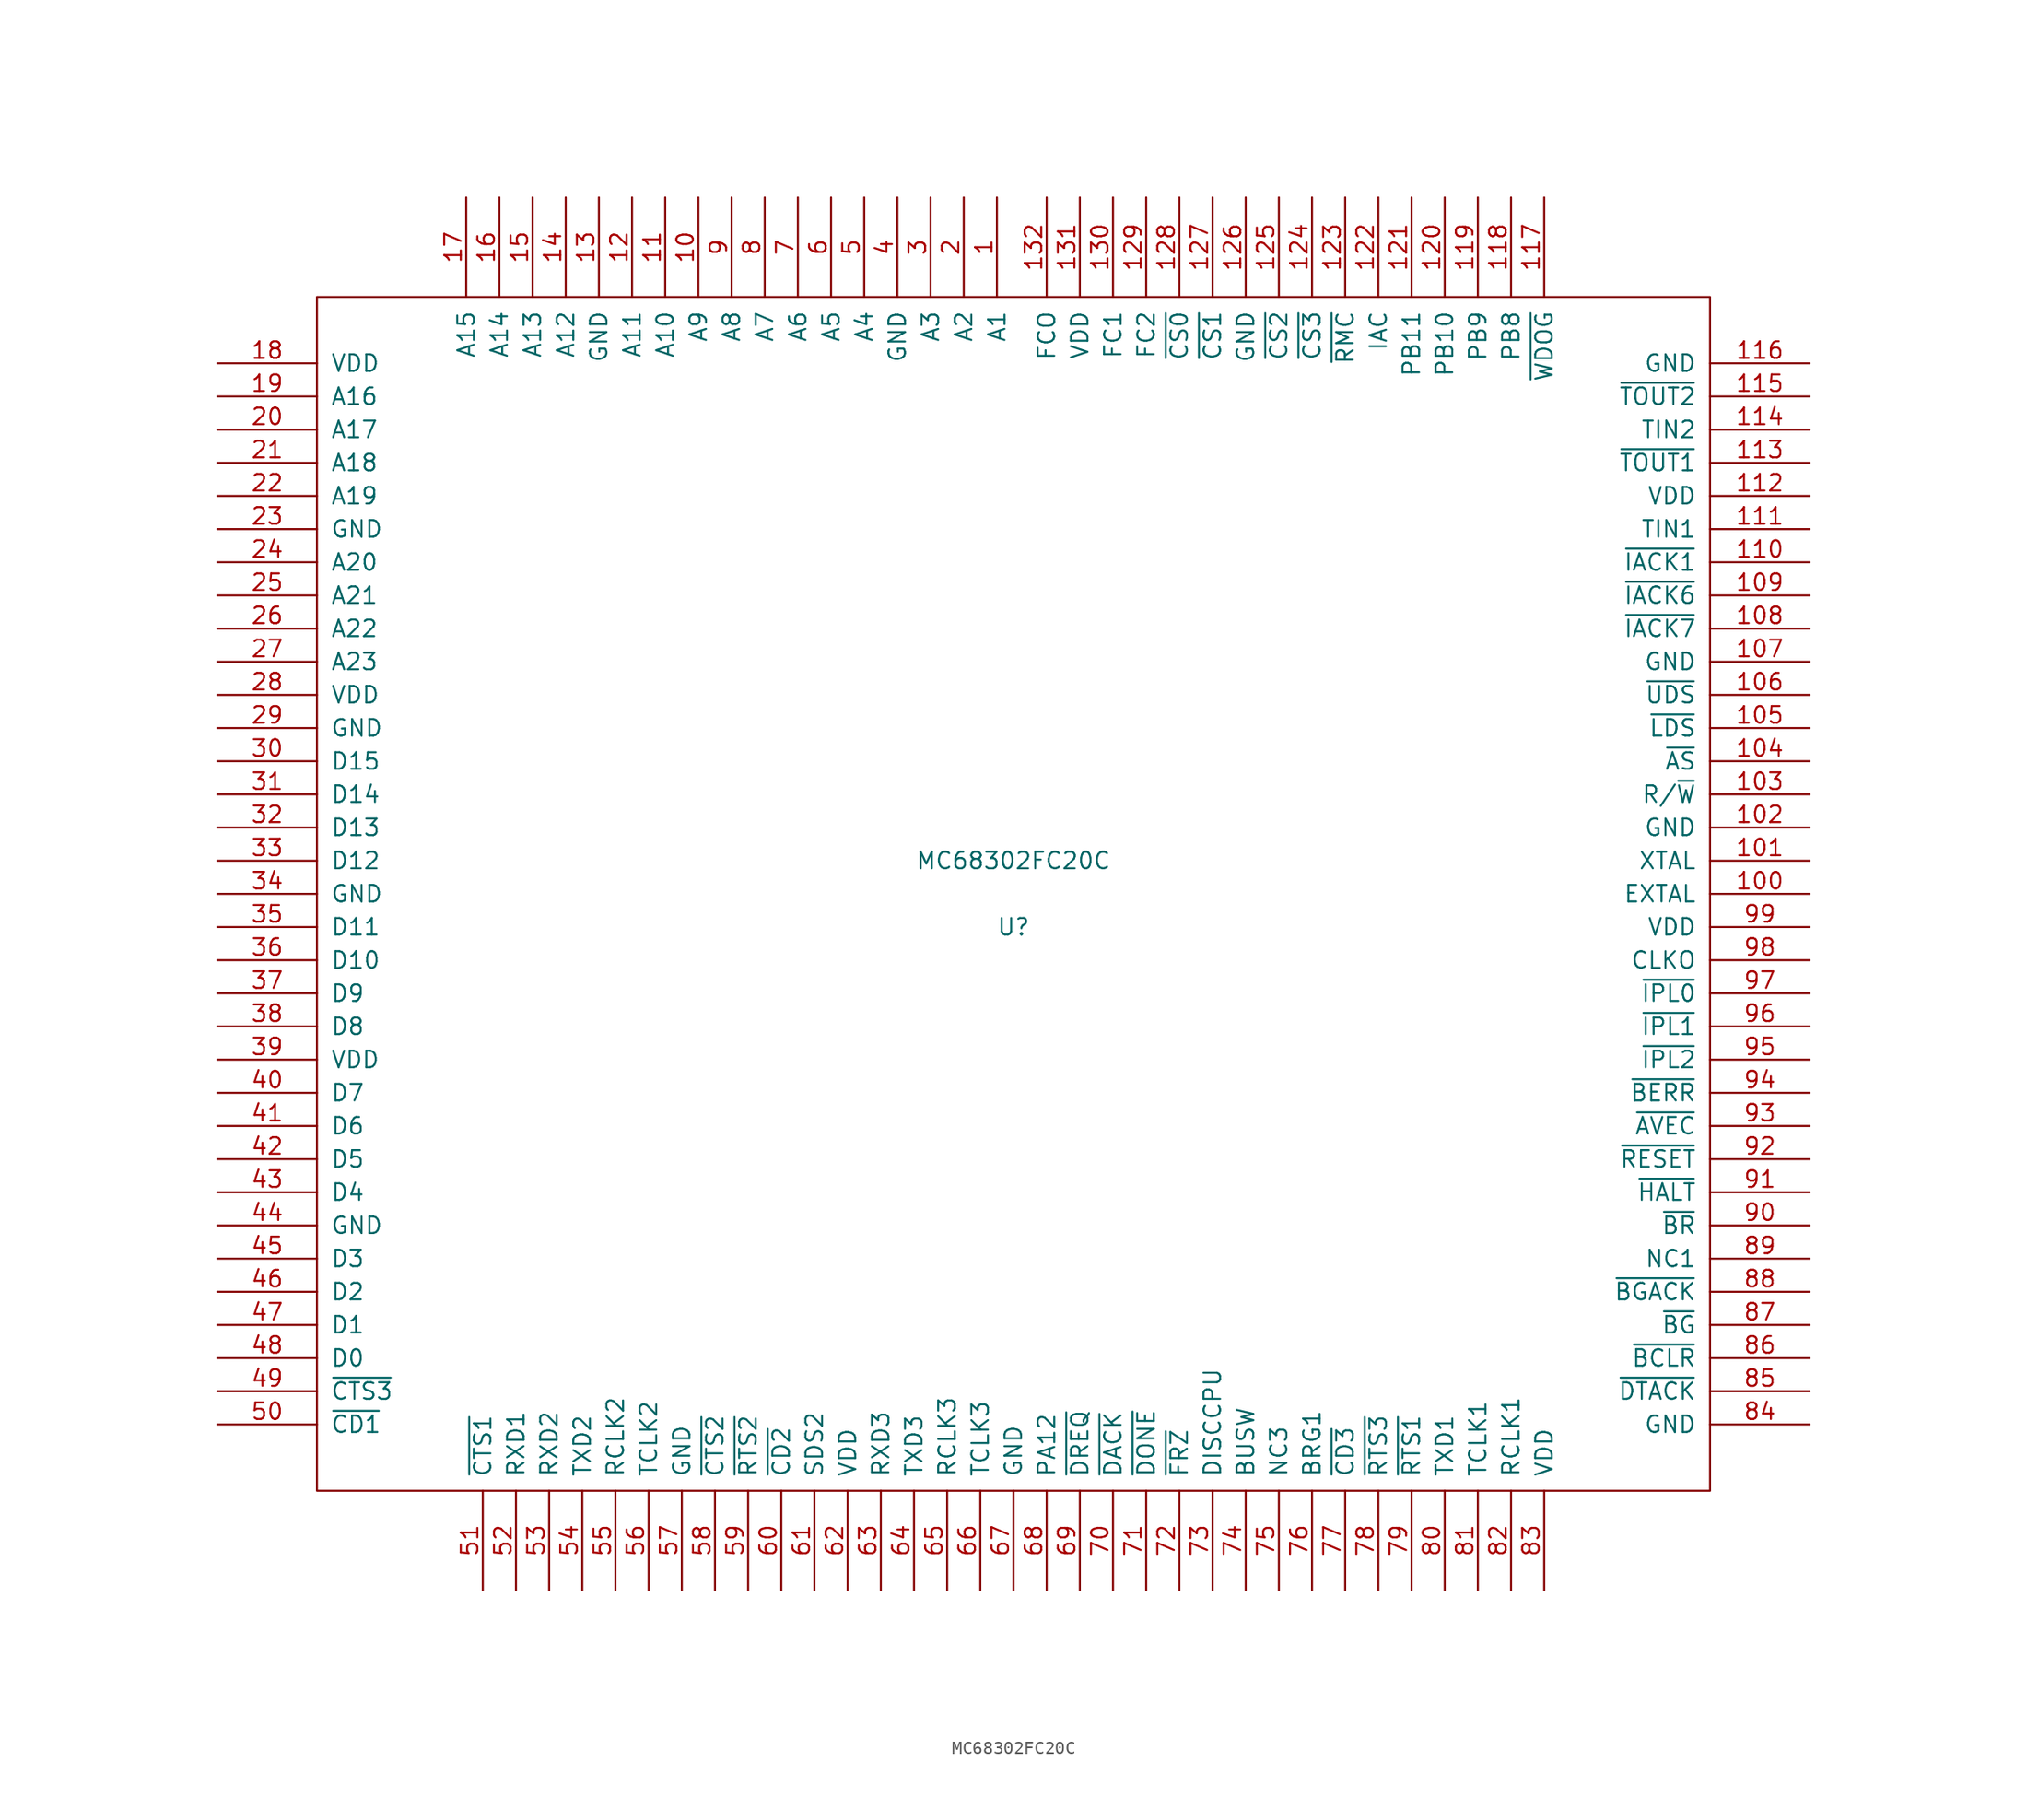
<source format=kicad_sym>
(kicad_symbol_lib
  (version 20211014)
  (generator kicad_symbol_editor)
  (symbol "MC68302FC20C"
    (pin_names
      (offset 1.016))
    (property "Reference" "U"
      (at 0 -2.54 0)
      (effects (font (size 1.27 1.27))))
    (property "Value" "MC68302FC20C"
      (at 0 2.54 0)
      (effects (font (size 1.27 1.27))))
    (symbol "MC68302FC20C_1_0"
      (rectangle (start -53.34 -45.72) (end 53.34 45.72) (stroke (width 0) (type default) (color 0 0 0 0)) (fill (type none))))
    (symbol "MC68302FC20C_1_1"
      (pin input line (at -1.27 53.34 270) (length 7.62) (name "A1" (effects (font (size 1.27 1.27)))) (number "1" (effects (font (size 1.27 1.27)))))
      (pin input line (at -24.13 53.34 270) (length 7.62) (name "A9" (effects (font (size 1.27 1.27)))) (number "10" (effects (font (size 1.27 1.27)))))
      (pin input line (at 60.96 0 180) (length 7.62) (name "EXTAL" (effects (font (size 1.27 1.27)))) (number "100" (effects (font (size 1.27 1.27)))))
      (pin input line (at 60.96 2.54 180) (length 7.62) (name "XTAL" (effects (font (size 1.27 1.27)))) (number "101" (effects (font (size 1.27 1.27)))))
      (pin input line (at 60.96 5.08 180) (length 7.62) (name "GND" (effects (font (size 1.27 1.27)))) (number "102" (effects (font (size 1.27 1.27)))))
      (pin input line (at 60.96 7.62 180) (length 7.62) (name "R/~{W}" (effects (font (size 1.27 1.27)))) (number "103" (effects (font (size 1.27 1.27)))))
      (pin input line (at 60.96 10.16 180) (length 7.62) (name "~{AS}" (effects (font (size 1.27 1.27)))) (number "104" (effects (font (size 1.27 1.27)))))
      (pin input line (at 60.96 12.7 180) (length 7.62) (name "~{LDS}" (effects (font (size 1.27 1.27)))) (number "105" (effects (font (size 1.27 1.27)))))
      (pin input line (at 60.96 15.24 180) (length 7.62) (name "~{UDS}" (effects (font (size 1.27 1.27)))) (number "106" (effects (font (size 1.27 1.27)))))
      (pin input line (at 60.96 17.78 180) (length 7.62) (name "GND" (effects (font (size 1.27 1.27)))) (number "107" (effects (font (size 1.27 1.27)))))
      (pin input line (at 60.96 20.32 180) (length 7.62) (name "~{IACK7}" (effects (font (size 1.27 1.27)))) (number "108" (effects (font (size 1.27 1.27)))))
      (pin input line (at 60.96 22.86 180) (length 7.62) (name "~{IACK6}" (effects (font (size 1.27 1.27)))) (number "109" (effects (font (size 1.27 1.27)))))
      (pin input line (at -26.67 53.34 270) (length 7.62) (name "A10" (effects (font (size 1.27 1.27)))) (number "11" (effects (font (size 1.27 1.27)))))
      (pin input line (at 60.96 25.4 180) (length 7.62) (name "~{IACK1}" (effects (font (size 1.27 1.27)))) (number "110" (effects (font (size 1.27 1.27)))))
      (pin input line (at 60.96 27.94 180) (length 7.62) (name "TIN1" (effects (font (size 1.27 1.27)))) (number "111" (effects (font (size 1.27 1.27)))))
      (pin input line (at 60.96 30.48 180) (length 7.62) (name "VDD" (effects (font (size 1.27 1.27)))) (number "112" (effects (font (size 1.27 1.27)))))
      (pin input line (at 60.96 33.02 180) (length 7.62) (name "~{TOUT1}" (effects (font (size 1.27 1.27)))) (number "113" (effects (font (size 1.27 1.27)))))
      (pin input line (at 60.96 35.56 180) (length 7.62) (name "TIN2" (effects (font (size 1.27 1.27)))) (number "114" (effects (font (size 1.27 1.27)))))
      (pin input line (at 60.96 38.1 180) (length 7.62) (name "~{TOUT2}" (effects (font (size 1.27 1.27)))) (number "115" (effects (font (size 1.27 1.27)))))
      (pin input line (at 60.96 40.64 180) (length 7.62) (name "GND" (effects (font (size 1.27 1.27)))) (number "116" (effects (font (size 1.27 1.27)))))
      (pin input line (at 40.64 53.34 270) (length 7.62) (name "~{WDOG}" (effects (font (size 1.27 1.27)))) (number "117" (effects (font (size 1.27 1.27)))))
      (pin input line (at 38.1 53.34 270) (length 7.62) (name "PB8" (effects (font (size 1.27 1.27)))) (number "118" (effects (font (size 1.27 1.27)))))
      (pin input line (at 35.56 53.34 270) (length 7.62) (name "PB9" (effects (font (size 1.27 1.27)))) (number "119" (effects (font (size 1.27 1.27)))))
      (pin input line (at -29.21 53.34 270) (length 7.62) (name "A11" (effects (font (size 1.27 1.27)))) (number "12" (effects (font (size 1.27 1.27)))))
      (pin input line (at 33.02 53.34 270) (length 7.62) (name "PB10" (effects (font (size 1.27 1.27)))) (number "120" (effects (font (size 1.27 1.27)))))
      (pin input line (at 30.48 53.34 270) (length 7.62) (name "PB11" (effects (font (size 1.27 1.27)))) (number "121" (effects (font (size 1.27 1.27)))))
      (pin input line (at 27.94 53.34 270) (length 7.62) (name "IAC" (effects (font (size 1.27 1.27)))) (number "122" (effects (font (size 1.27 1.27)))))
      (pin input line (at 25.4 53.34 270) (length 7.62) (name "~{RMC}" (effects (font (size 1.27 1.27)))) (number "123" (effects (font (size 1.27 1.27)))))
      (pin input line (at 22.86 53.34 270) (length 7.62) (name "~{CS3}" (effects (font (size 1.27 1.27)))) (number "124" (effects (font (size 1.27 1.27)))))
      (pin input line (at 20.32 53.34 270) (length 7.62) (name "~{CS2}" (effects (font (size 1.27 1.27)))) (number "125" (effects (font (size 1.27 1.27)))))
      (pin input line (at 17.78 53.34 270) (length 7.62) (name "GND" (effects (font (size 1.27 1.27)))) (number "126" (effects (font (size 1.27 1.27)))))
      (pin input line (at 15.24 53.34 270) (length 7.62) (name "~{CS1}" (effects (font (size 1.27 1.27)))) (number "127" (effects (font (size 1.27 1.27)))))
      (pin input line (at 12.7 53.34 270) (length 7.62) (name "~{CS0}" (effects (font (size 1.27 1.27)))) (number "128" (effects (font (size 1.27 1.27)))))
      (pin input line (at 10.16 53.34 270) (length 7.62) (name "FC2" (effects (font (size 1.27 1.27)))) (number "129" (effects (font (size 1.27 1.27)))))
      (pin input line (at -31.75 53.34 270) (length 7.62) (name "GND" (effects (font (size 1.27 1.27)))) (number "13" (effects (font (size 1.27 1.27)))))
      (pin input line (at 7.62 53.34 270) (length 7.62) (name "FC1" (effects (font (size 1.27 1.27)))) (number "130" (effects (font (size 1.27 1.27)))))
      (pin input line (at 5.08 53.34 270) (length 7.62) (name "VDD" (effects (font (size 1.27 1.27)))) (number "131" (effects (font (size 1.27 1.27)))))
      (pin input line (at 2.54 53.34 270) (length 7.62) (name "FCO" (effects (font (size 1.27 1.27)))) (number "132" (effects (font (size 1.27 1.27)))))
      (pin input line (at -34.29 53.34 270) (length 7.62) (name "A12" (effects (font (size 1.27 1.27)))) (number "14" (effects (font (size 1.27 1.27)))))
      (pin input line (at -36.83 53.34 270) (length 7.62) (name "A13" (effects (font (size 1.27 1.27)))) (number "15" (effects (font (size 1.27 1.27)))))
      (pin input line (at -39.37 53.34 270) (length 7.62) (name "A14" (effects (font (size 1.27 1.27)))) (number "16" (effects (font (size 1.27 1.27)))))
      (pin input line (at -41.91 53.34 270) (length 7.62) (name "A15" (effects (font (size 1.27 1.27)))) (number "17" (effects (font (size 1.27 1.27)))))
      (pin input line (at -60.96 40.64 0) (length 7.62) (name "VDD" (effects (font (size 1.27 1.27)))) (number "18" (effects (font (size 1.27 1.27)))))
      (pin input line (at -60.96 38.1 0) (length 7.62) (name "A16" (effects (font (size 1.27 1.27)))) (number "19" (effects (font (size 1.27 1.27)))))
      (pin input line (at -3.81 53.34 270) (length 7.62) (name "A2" (effects (font (size 1.27 1.27)))) (number "2" (effects (font (size 1.27 1.27)))))
      (pin input line (at -60.96 35.56 0) (length 7.62) (name "A17" (effects (font (size 1.27 1.27)))) (number "20" (effects (font (size 1.27 1.27)))))
      (pin input line (at -60.96 33.02 0) (length 7.62) (name "A18" (effects (font (size 1.27 1.27)))) (number "21" (effects (font (size 1.27 1.27)))))
      (pin input line (at -60.96 30.48 0) (length 7.62) (name "A19" (effects (font (size 1.27 1.27)))) (number "22" (effects (font (size 1.27 1.27)))))
      (pin input line (at -60.96 27.94 0) (length 7.62) (name "GND" (effects (font (size 1.27 1.27)))) (number "23" (effects (font (size 1.27 1.27)))))
      (pin input line (at -60.96 25.4 0) (length 7.62) (name "A20" (effects (font (size 1.27 1.27)))) (number "24" (effects (font (size 1.27 1.27)))))
      (pin input line (at -60.96 22.86 0) (length 7.62) (name "A21" (effects (font (size 1.27 1.27)))) (number "25" (effects (font (size 1.27 1.27)))))
      (pin input line (at -60.96 20.32 0) (length 7.62) (name "A22" (effects (font (size 1.27 1.27)))) (number "26" (effects (font (size 1.27 1.27)))))
      (pin input line (at -60.96 17.78 0) (length 7.62) (name "A23" (effects (font (size 1.27 1.27)))) (number "27" (effects (font (size 1.27 1.27)))))
      (pin input line (at -60.96 15.24 0) (length 7.62) (name "VDD" (effects (font (size 1.27 1.27)))) (number "28" (effects (font (size 1.27 1.27)))))
      (pin input line (at -60.96 12.7 0) (length 7.62) (name "GND" (effects (font (size 1.27 1.27)))) (number "29" (effects (font (size 1.27 1.27)))))
      (pin input line (at -6.35 53.34 270) (length 7.62) (name "A3" (effects (font (size 1.27 1.27)))) (number "3" (effects (font (size 1.27 1.27)))))
      (pin input line (at -60.96 10.16 0) (length 7.62) (name "D15" (effects (font (size 1.27 1.27)))) (number "30" (effects (font (size 1.27 1.27)))))
      (pin input line (at -60.96 7.62 0) (length 7.62) (name "D14" (effects (font (size 1.27 1.27)))) (number "31" (effects (font (size 1.27 1.27)))))
      (pin input line (at -60.96 5.08 0) (length 7.62) (name "D13" (effects (font (size 1.27 1.27)))) (number "32" (effects (font (size 1.27 1.27)))))
      (pin input line (at -60.96 2.54 0) (length 7.62) (name "D12" (effects (font (size 1.27 1.27)))) (number "33" (effects (font (size 1.27 1.27)))))
      (pin input line (at -60.96 0 0) (length 7.62) (name "GND" (effects (font (size 1.27 1.27)))) (number "34" (effects (font (size 1.27 1.27)))))
      (pin input line (at -60.96 -2.54 0) (length 7.62) (name "D11" (effects (font (size 1.27 1.27)))) (number "35" (effects (font (size 1.27 1.27)))))
      (pin input line (at -60.96 -5.08 0) (length 7.62) (name "D10" (effects (font (size 1.27 1.27)))) (number "36" (effects (font (size 1.27 1.27)))))
      (pin input line (at -60.96 -7.62 0) (length 7.62) (name "D9" (effects (font (size 1.27 1.27)))) (number "37" (effects (font (size 1.27 1.27)))))
      (pin input line (at -60.96 -10.16 0) (length 7.62) (name "D8" (effects (font (size 1.27 1.27)))) (number "38" (effects (font (size 1.27 1.27)))))
      (pin input line (at -60.96 -12.7 0) (length 7.62) (name "VDD" (effects (font (size 1.27 1.27)))) (number "39" (effects (font (size 1.27 1.27)))))
      (pin input line (at -8.89 53.34 270) (length 7.62) (name "GND" (effects (font (size 1.27 1.27)))) (number "4" (effects (font (size 1.27 1.27)))))
      (pin input line (at -60.96 -15.24 0) (length 7.62) (name "D7" (effects (font (size 1.27 1.27)))) (number "40" (effects (font (size 1.27 1.27)))))
      (pin input line (at -60.96 -17.78 0) (length 7.62) (name "D6" (effects (font (size 1.27 1.27)))) (number "41" (effects (font (size 1.27 1.27)))))
      (pin input line (at -60.96 -20.32 0) (length 7.62) (name "D5" (effects (font (size 1.27 1.27)))) (number "42" (effects (font (size 1.27 1.27)))))
      (pin input line (at -60.96 -22.86 0) (length 7.62) (name "D4" (effects (font (size 1.27 1.27)))) (number "43" (effects (font (size 1.27 1.27)))))
      (pin input line (at -60.96 -25.4 0) (length 7.62) (name "GND" (effects (font (size 1.27 1.27)))) (number "44" (effects (font (size 1.27 1.27)))))
      (pin input line (at -60.96 -27.94 0) (length 7.62) (name "D3" (effects (font (size 1.27 1.27)))) (number "45" (effects (font (size 1.27 1.27)))))
      (pin input line (at -60.96 -30.48 0) (length 7.62) (name "D2" (effects (font (size 1.27 1.27)))) (number "46" (effects (font (size 1.27 1.27)))))
      (pin input line (at -60.96 -33.02 0) (length 7.62) (name "D1" (effects (font (size 1.27 1.27)))) (number "47" (effects (font (size 1.27 1.27)))))
      (pin input line (at -60.96 -35.56 0) (length 7.62) (name "D0" (effects (font (size 1.27 1.27)))) (number "48" (effects (font (size 1.27 1.27)))))
      (pin input line (at -60.96 -38.1 0) (length 7.62) (name "~{CTS3}" (effects (font (size 1.27 1.27)))) (number "49" (effects (font (size 1.27 1.27)))))
      (pin input line (at -11.43 53.34 270) (length 7.62) (name "A4" (effects (font (size 1.27 1.27)))) (number "5" (effects (font (size 1.27 1.27)))))
      (pin input line (at -60.96 -40.64 0) (length 7.62) (name "~{CD1}" (effects (font (size 1.27 1.27)))) (number "50" (effects (font (size 1.27 1.27)))))
      (pin input line (at -40.64 -53.34 90) (length 7.62) (name "~{CTS1}" (effects (font (size 1.27 1.27)))) (number "51" (effects (font (size 1.27 1.27)))))
      (pin input line (at -38.1 -53.34 90) (length 7.62) (name "RXD1" (effects (font (size 1.27 1.27)))) (number "52" (effects (font (size 1.27 1.27)))))
      (pin input line (at -35.56 -53.34 90) (length 7.62) (name "RXD2" (effects (font (size 1.27 1.27)))) (number "53" (effects (font (size 1.27 1.27)))))
      (pin input line (at -33.02 -53.34 90) (length 7.62) (name "TXD2" (effects (font (size 1.27 1.27)))) (number "54" (effects (font (size 1.27 1.27)))))
      (pin input line (at -30.48 -53.34 90) (length 7.62) (name "RCLK2" (effects (font (size 1.27 1.27)))) (number "55" (effects (font (size 1.27 1.27)))))
      (pin input line (at -27.94 -53.34 90) (length 7.62) (name "TCLK2" (effects (font (size 1.27 1.27)))) (number "56" (effects (font (size 1.27 1.27)))))
      (pin input line (at -25.4 -53.34 90) (length 7.62) (name "GND" (effects (font (size 1.27 1.27)))) (number "57" (effects (font (size 1.27 1.27)))))
      (pin input line (at -22.86 -53.34 90) (length 7.62) (name "~{CTS2}" (effects (font (size 1.27 1.27)))) (number "58" (effects (font (size 1.27 1.27)))))
      (pin input line (at -20.32 -53.34 90) (length 7.62) (name "~{RTS2}" (effects (font (size 1.27 1.27)))) (number "59" (effects (font (size 1.27 1.27)))))
      (pin input line (at -13.97 53.34 270) (length 7.62) (name "A5" (effects (font (size 1.27 1.27)))) (number "6" (effects (font (size 1.27 1.27)))))
      (pin input line (at -17.78 -53.34 90) (length 7.62) (name "~{CD2}" (effects (font (size 1.27 1.27)))) (number "60" (effects (font (size 1.27 1.27)))))
      (pin input line (at -15.24 -53.34 90) (length 7.62) (name "SDS2" (effects (font (size 1.27 1.27)))) (number "61" (effects (font (size 1.27 1.27)))))
      (pin input line (at -12.7 -53.34 90) (length 7.62) (name "VDD" (effects (font (size 1.27 1.27)))) (number "62" (effects (font (size 1.27 1.27)))))
      (pin input line (at -10.16 -53.34 90) (length 7.62) (name "RXD3" (effects (font (size 1.27 1.27)))) (number "63" (effects (font (size 1.27 1.27)))))
      (pin input line (at -7.62 -53.34 90) (length 7.62) (name "TXD3" (effects (font (size 1.27 1.27)))) (number "64" (effects (font (size 1.27 1.27)))))
      (pin input line (at -5.08 -53.34 90) (length 7.62) (name "RCLK3" (effects (font (size 1.27 1.27)))) (number "65" (effects (font (size 1.27 1.27)))))
      (pin input line (at -2.54 -53.34 90) (length 7.62) (name "TCLK3" (effects (font (size 1.27 1.27)))) (number "66" (effects (font (size 1.27 1.27)))))
      (pin input line (at 0 -53.34 90) (length 7.62) (name "GND" (effects (font (size 1.27 1.27)))) (number "67" (effects (font (size 1.27 1.27)))))
      (pin input line (at 2.54 -53.34 90) (length 7.62) (name "PA12" (effects (font (size 1.27 1.27)))) (number "68" (effects (font (size 1.27 1.27)))))
      (pin input line (at 5.08 -53.34 90) (length 7.62) (name "~{DREQ}" (effects (font (size 1.27 1.27)))) (number "69" (effects (font (size 1.27 1.27)))))
      (pin input line (at -16.51 53.34 270) (length 7.62) (name "A6" (effects (font (size 1.27 1.27)))) (number "7" (effects (font (size 1.27 1.27)))))
      (pin input line (at 7.62 -53.34 90) (length 7.62) (name "~{DACK}" (effects (font (size 1.27 1.27)))) (number "70" (effects (font (size 1.27 1.27)))))
      (pin input line (at 10.16 -53.34 90) (length 7.62) (name "~{DONE}" (effects (font (size 1.27 1.27)))) (number "71" (effects (font (size 1.27 1.27)))))
      (pin input line (at 12.7 -53.34 90) (length 7.62) (name "~{FRZ}" (effects (font (size 1.27 1.27)))) (number "72" (effects (font (size 1.27 1.27)))))
      (pin input line (at 15.24 -53.34 90) (length 7.62) (name "DISCCPU" (effects (font (size 1.27 1.27)))) (number "73" (effects (font (size 1.27 1.27)))))
      (pin input line (at 17.78 -53.34 90) (length 7.62) (name "BUSW" (effects (font (size 1.27 1.27)))) (number "74" (effects (font (size 1.27 1.27)))))
      (pin input line (at 20.32 -53.34 90) (length 7.62) (name "NC3" (effects (font (size 1.27 1.27)))) (number "75" (effects (font (size 1.27 1.27)))))
      (pin input line (at 22.86 -53.34 90) (length 7.62) (name "BRG1" (effects (font (size 1.27 1.27)))) (number "76" (effects (font (size 1.27 1.27)))))
      (pin input line (at 25.4 -53.34 90) (length 7.62) (name "~{CD3}" (effects (font (size 1.27 1.27)))) (number "77" (effects (font (size 1.27 1.27)))))
      (pin input line (at 27.94 -53.34 90) (length 7.62) (name "~{RTS3}" (effects (font (size 1.27 1.27)))) (number "78" (effects (font (size 1.27 1.27)))))
      (pin input line (at 30.48 -53.34 90) (length 7.62) (name "~{RTS1}" (effects (font (size 1.27 1.27)))) (number "79" (effects (font (size 1.27 1.27)))))
      (pin input line (at -19.05 53.34 270) (length 7.62) (name "A7" (effects (font (size 1.27 1.27)))) (number "8" (effects (font (size 1.27 1.27)))))
      (pin input line (at 33.02 -53.34 90) (length 7.62) (name "TXD1" (effects (font (size 1.27 1.27)))) (number "80" (effects (font (size 1.27 1.27)))))
      (pin input line (at 35.56 -53.34 90) (length 7.62) (name "TCLK1" (effects (font (size 1.27 1.27)))) (number "81" (effects (font (size 1.27 1.27)))))
      (pin input line (at 38.1 -53.34 90) (length 7.62) (name "RCLK1" (effects (font (size 1.27 1.27)))) (number "82" (effects (font (size 1.27 1.27)))))
      (pin input line (at 40.64 -53.34 90) (length 7.62) (name "VDD" (effects (font (size 1.27 1.27)))) (number "83" (effects (font (size 1.27 1.27)))))
      (pin input line (at 60.96 -40.64 180) (length 7.62) (name "GND" (effects (font (size 1.27 1.27)))) (number "84" (effects (font (size 1.27 1.27)))))
      (pin input line (at 60.96 -38.1 180) (length 7.62) (name "~{DTACK}" (effects (font (size 1.27 1.27)))) (number "85" (effects (font (size 1.27 1.27)))))
      (pin input line (at 60.96 -35.56 180) (length 7.62) (name "~{BCLR}" (effects (font (size 1.27 1.27)))) (number "86" (effects (font (size 1.27 1.27)))))
      (pin input line (at 60.96 -33.02 180) (length 7.62) (name "~{BG}" (effects (font (size 1.27 1.27)))) (number "87" (effects (font (size 1.27 1.27)))))
      (pin input line (at 60.96 -30.48 180) (length 7.62) (name "~{BGACK}" (effects (font (size 1.27 1.27)))) (number "88" (effects (font (size 1.27 1.27)))))
      (pin input line (at 60.96 -27.94 180) (length 7.62) (name "NC1" (effects (font (size 1.27 1.27)))) (number "89" (effects (font (size 1.27 1.27)))))
      (pin input line (at -21.59 53.34 270) (length 7.62) (name "A8" (effects (font (size 1.27 1.27)))) (number "9" (effects (font (size 1.27 1.27)))))
      (pin input line (at 60.96 -25.4 180) (length 7.62) (name "~{BR}" (effects (font (size 1.27 1.27)))) (number "90" (effects (font (size 1.27 1.27)))))
      (pin input line (at 60.96 -22.86 180) (length 7.62) (name "~{HALT}" (effects (font (size 1.27 1.27)))) (number "91" (effects (font (size 1.27 1.27)))))
      (pin input line (at 60.96 -20.32 180) (length 7.62) (name "~{RESET}" (effects (font (size 1.27 1.27)))) (number "92" (effects (font (size 1.27 1.27)))))
      (pin input line (at 60.96 -17.78 180) (length 7.62) (name "~{AVEC}" (effects (font (size 1.27 1.27)))) (number "93" (effects (font (size 1.27 1.27)))))
      (pin input line (at 60.96 -15.24 180) (length 7.62) (name "~{BERR}" (effects (font (size 1.27 1.27)))) (number "94" (effects (font (size 1.27 1.27)))))
      (pin input line (at 60.96 -12.7 180) (length 7.62) (name "~{IPL2}" (effects (font (size 1.27 1.27)))) (number "95" (effects (font (size 1.27 1.27)))))
      (pin input line (at 60.96 -10.16 180) (length 7.62) (name "~{IPL1}" (effects (font (size 1.27 1.27)))) (number "96" (effects (font (size 1.27 1.27)))))
      (pin input line (at 60.96 -7.62 180) (length 7.62) (name "~{IPL0}" (effects (font (size 1.27 1.27)))) (number "97" (effects (font (size 1.27 1.27)))))
      (pin input line (at 60.96 -5.08 180) (length 7.62) (name "CLKO" (effects (font (size 1.27 1.27)))) (number "98" (effects (font (size 1.27 1.27)))))
      (pin input line (at 60.96 -2.54 180) (length 7.62) (name "VDD" (effects (font (size 1.27 1.27)))) (number "99" (effects (font (size 1.27 1.27))))))))
</source>
